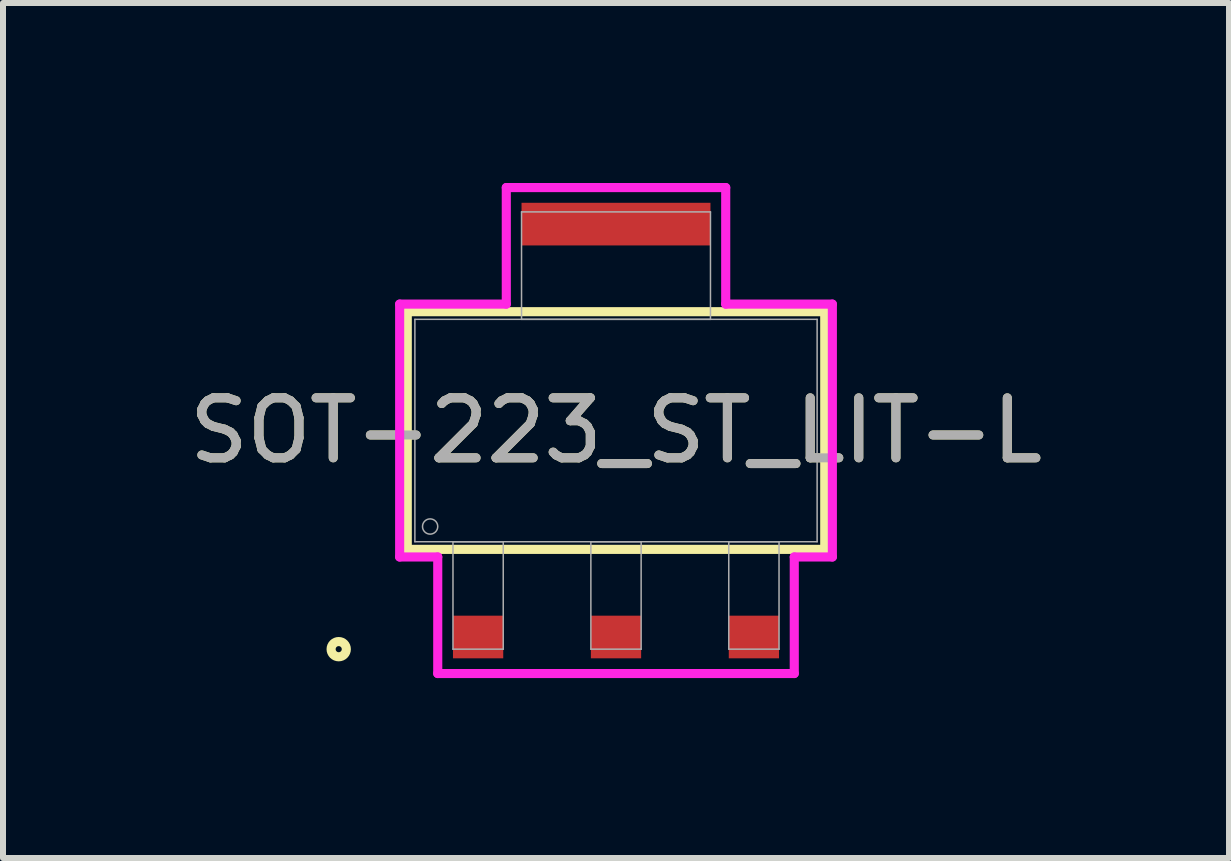
<source format=kicad_pcb>
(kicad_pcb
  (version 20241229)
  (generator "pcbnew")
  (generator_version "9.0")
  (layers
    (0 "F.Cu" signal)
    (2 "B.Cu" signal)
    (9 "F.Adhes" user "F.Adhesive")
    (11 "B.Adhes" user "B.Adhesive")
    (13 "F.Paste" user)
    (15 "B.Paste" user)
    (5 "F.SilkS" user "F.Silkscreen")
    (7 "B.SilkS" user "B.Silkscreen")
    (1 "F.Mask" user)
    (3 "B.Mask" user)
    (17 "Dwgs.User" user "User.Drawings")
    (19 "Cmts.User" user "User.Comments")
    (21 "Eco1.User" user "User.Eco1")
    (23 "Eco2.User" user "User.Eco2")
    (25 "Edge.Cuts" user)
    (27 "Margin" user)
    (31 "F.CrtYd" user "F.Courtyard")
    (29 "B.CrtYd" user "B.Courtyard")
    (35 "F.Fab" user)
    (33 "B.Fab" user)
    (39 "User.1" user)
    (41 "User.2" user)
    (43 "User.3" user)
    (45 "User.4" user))
  (footprint "SOT-223_ST_LIT-L"
    (layer "F.Cu")
    (at 7.22 4.128)
    (property "Reference" "SOT-223_ST_LIT-L" (at 0 0 0) (unlocked yes) (layer "F.SilkS") (effects (font (size 1 1) (thickness 0.15))))
    (attr smd)
    (fp_poly (pts (xy 1.575 -3.797) (xy -1.575 -3.797) (xy -1.575 -3.086) (xy 1.575 -3.086)) (stroke (width 0) (type solid)) (fill yes) (layer "F.Cu"))
    (fp_poly (pts (xy 1.575 -3.95) (xy -1.575 -3.95) (xy -1.575 -2.832) (xy 1.575 -2.832)) (stroke (width 0) (type solid)) (fill yes) (layer "F.Mask"))
    (fp_line (start -3.48 -1.981) (end -3.48 1.981) (stroke (width 0.152) (type solid)) (layer "F.SilkS"))
    (fp_line (start -3.48 1.981) (end 3.48 1.981) (stroke (width 0.152) (type solid)) (layer "F.SilkS"))
    (fp_line (start 3.48 -1.981) (end -3.48 -1.981) (stroke (width 0.152) (type solid)) (layer "F.SilkS"))
    (fp_line (start 3.48 1.981) (end 3.48 -1.981) (stroke (width 0.152) (type solid)) (layer "F.SilkS"))
    (fp_circle (center -4.623 3.645) (end -4.496 3.645) (stroke (width 0.152) (type solid)) (fill no) (layer "F.SilkS"))
    (fp_poly (pts (xy 1.575 -3.797) (xy -1.575 -3.797) (xy -1.575 -3.086) (xy 1.575 -3.086)) (stroke (width 0) (type solid)) (fill yes) (layer "F.Paste"))
    (fp_line (start -3.607 -2.108) (end -1.829 -2.108) (stroke (width 0.152) (type solid)) (layer "F.CrtYd"))
    (fp_line (start -3.607 2.108) (end -3.607 -2.108) (stroke (width 0.152) (type solid)) (layer "F.CrtYd"))
    (fp_line (start -2.972 2.108) (end -3.607 2.108) (stroke (width 0.152) (type solid)) (layer "F.CrtYd"))
    (fp_line (start -2.972 4.051) (end -2.972 2.108) (stroke (width 0.152) (type solid)) (layer "F.CrtYd"))
    (fp_line (start -1.829 -4.051) (end 1.829 -4.051) (stroke (width 0.152) (type solid)) (layer "F.CrtYd"))
    (fp_line (start -1.829 -2.108) (end -1.829 -4.051) (stroke (width 0.152) (type solid)) (layer "F.CrtYd"))
    (fp_line (start 1.829 -4.051) (end 1.829 -2.108) (stroke (width 0.152) (type solid)) (layer "F.CrtYd"))
    (fp_line (start 1.829 -2.108) (end 3.607 -2.108) (stroke (width 0.152) (type solid)) (layer "F.CrtYd"))
    (fp_line (start 2.972 2.108) (end 2.972 4.051) (stroke (width 0.152) (type solid)) (layer "F.CrtYd"))
    (fp_line (start 2.972 4.051) (end -2.972 4.051) (stroke (width 0.152) (type solid)) (layer "F.CrtYd"))
    (fp_line (start 3.607 -2.108) (end 3.607 2.108) (stroke (width 0.152) (type solid)) (layer "F.CrtYd"))
    (fp_line (start 3.607 2.108) (end 2.972 2.108) (stroke (width 0.152) (type solid)) (layer "F.CrtYd"))
    (fp_line (start -3.353 -1.854) (end -3.353 1.854) (stroke (width 0.025) (type solid)) (layer "F.Fab"))
    (fp_line (start -3.353 1.854) (end 3.353 1.854) (stroke (width 0.025) (type solid)) (layer "F.Fab"))
    (fp_line (start -2.718 1.854) (end -2.718 3.645) (stroke (width 0.025) (type solid)) (layer "F.Fab"))
    (fp_line (start -2.718 3.645) (end -1.88 3.645) (stroke (width 0.025) (type solid)) (layer "F.Fab"))
    (fp_line (start -1.88 1.854) (end -2.718 1.854) (stroke (width 0.025) (type solid)) (layer "F.Fab"))
    (fp_line (start -1.88 3.645) (end -1.88 1.854) (stroke (width 0.025) (type solid)) (layer "F.Fab"))
    (fp_line (start -1.575 -3.645) (end -1.575 -1.854) (stroke (width 0.025) (type solid)) (layer "F.Fab"))
    (fp_line (start -1.575 -1.854) (end 1.575 -1.854) (stroke (width 0.025) (type solid)) (layer "F.Fab"))
    (fp_line (start -0.419 1.854) (end -0.419 3.645) (stroke (width 0.025) (type solid)) (layer "F.Fab"))
    (fp_line (start -0.419 3.645) (end 0.419 3.645) (stroke (width 0.025) (type solid)) (layer "F.Fab"))
    (fp_line (start 0.419 1.854) (end -0.419 1.854) (stroke (width 0.025) (type solid)) (layer "F.Fab"))
    (fp_line (start 0.419 3.645) (end 0.419 1.854) (stroke (width 0.025) (type solid)) (layer "F.Fab"))
    (fp_line (start 1.575 -3.645) (end -1.575 -3.645) (stroke (width 0.025) (type solid)) (layer "F.Fab"))
    (fp_line (start 1.575 -1.854) (end 1.575 -3.645) (stroke (width 0.025) (type solid)) (layer "F.Fab"))
    (fp_line (start 1.88 1.854) (end 1.88 3.645) (stroke (width 0.025) (type solid)) (layer "F.Fab"))
    (fp_line (start 1.88 3.645) (end 2.718 3.645) (stroke (width 0.025) (type solid)) (layer "F.Fab"))
    (fp_line (start 2.718 1.854) (end 1.88 1.854) (stroke (width 0.025) (type solid)) (layer "F.Fab"))
    (fp_line (start 2.718 3.645) (end 2.718 1.854) (stroke (width 0.025) (type solid)) (layer "F.Fab"))
    (fp_line (start 3.353 -1.854) (end -3.353 -1.854) (stroke (width 0.025) (type solid)) (layer "F.Fab"))
    (fp_line (start 3.353 1.854) (end 3.353 -1.854) (stroke (width 0.025) (type solid)) (layer "F.Fab"))
    (fp_circle (center -3.099 1.6) (end -2.972 1.6) (stroke (width 0.025) (type solid)) (fill no) (layer "F.Fab"))
    (fp_text user "${REFERENCE}" (at 0 0 0) (unlocked yes) (layer "F.Fab") (effects (font (size 1 1) (thickness 0.15))))
    (pad "1" smd rect (at -2.299 3.442) (size 0.838 0.711) (layers "F.Cu" "F.Mask" "F.Paste"))
    (pad "2" smd rect (at 0 3.442) (size 0.838 0.711) (layers "F.Cu" "F.Mask" "F.Paste"))
    (pad "3" smd rect (at 2.299 3.442) (size 0.838 0.711) (layers "F.Cu" "F.Mask" "F.Paste")))
  (gr_rect
    (start -3 -3)
    (end 17.44 11.255)
    (stroke (width 0.1) (type default))
    (fill no)
    (layer "Edge.Cuts")))
</source>
